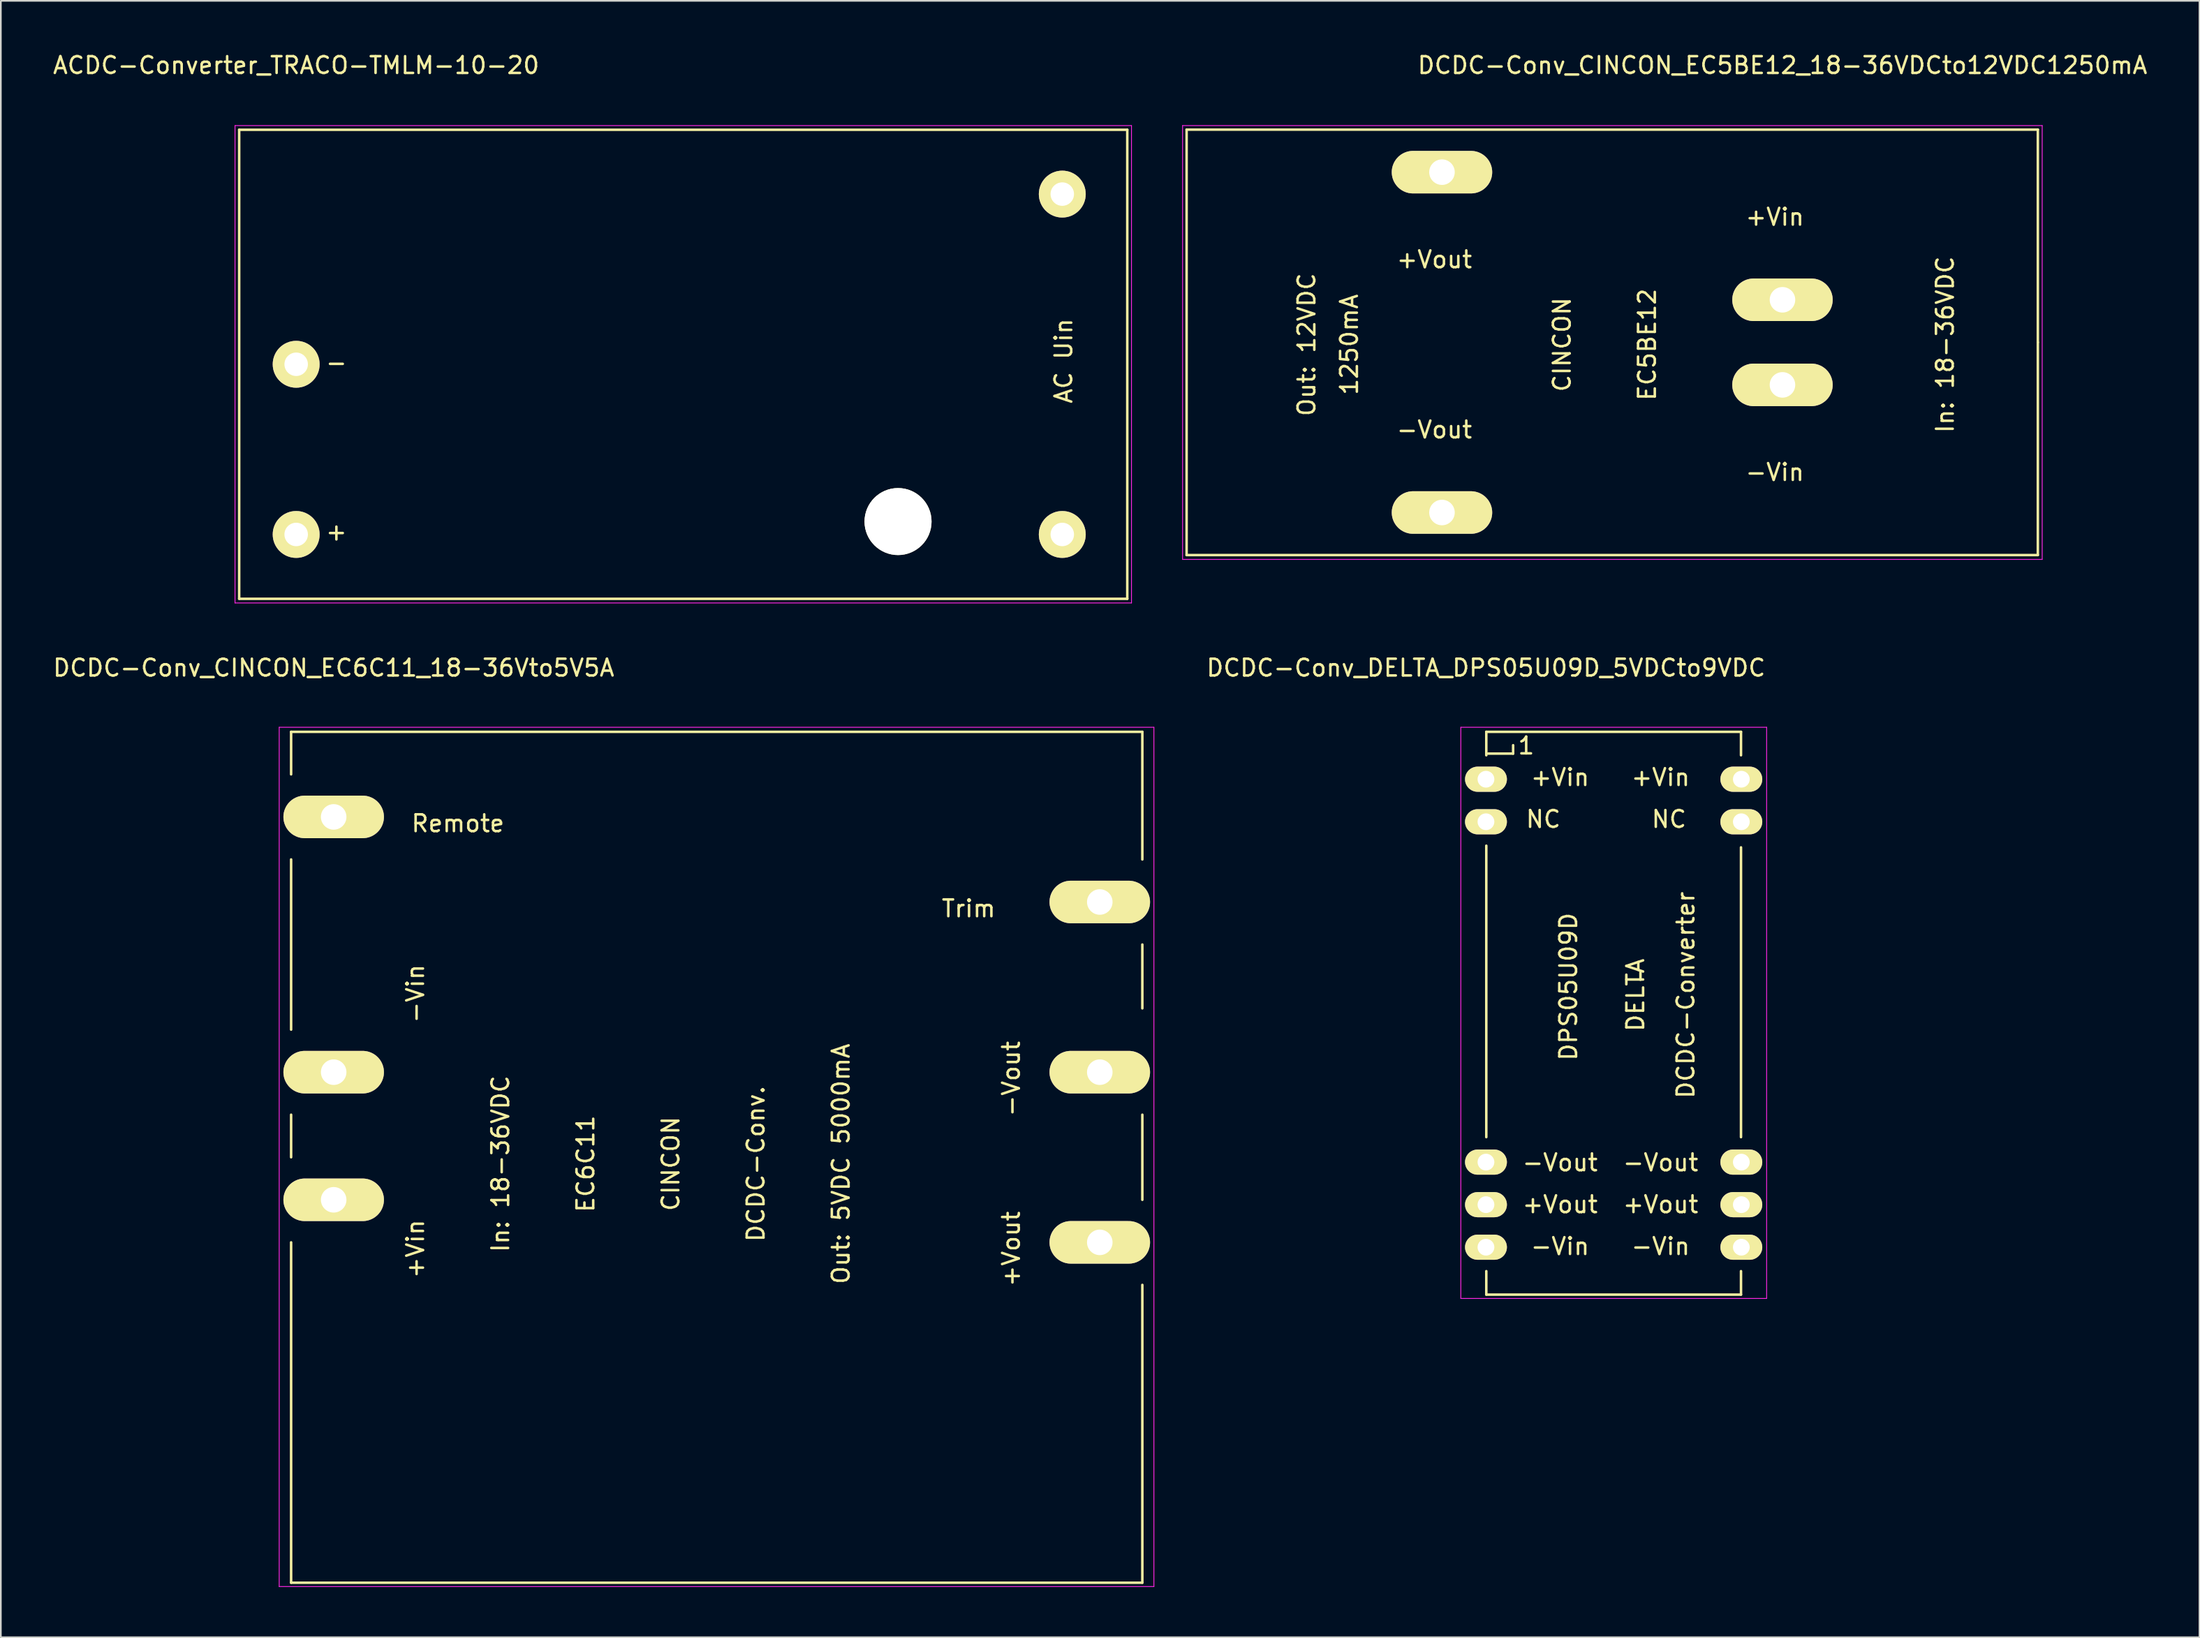
<source format=kicad_pcb>
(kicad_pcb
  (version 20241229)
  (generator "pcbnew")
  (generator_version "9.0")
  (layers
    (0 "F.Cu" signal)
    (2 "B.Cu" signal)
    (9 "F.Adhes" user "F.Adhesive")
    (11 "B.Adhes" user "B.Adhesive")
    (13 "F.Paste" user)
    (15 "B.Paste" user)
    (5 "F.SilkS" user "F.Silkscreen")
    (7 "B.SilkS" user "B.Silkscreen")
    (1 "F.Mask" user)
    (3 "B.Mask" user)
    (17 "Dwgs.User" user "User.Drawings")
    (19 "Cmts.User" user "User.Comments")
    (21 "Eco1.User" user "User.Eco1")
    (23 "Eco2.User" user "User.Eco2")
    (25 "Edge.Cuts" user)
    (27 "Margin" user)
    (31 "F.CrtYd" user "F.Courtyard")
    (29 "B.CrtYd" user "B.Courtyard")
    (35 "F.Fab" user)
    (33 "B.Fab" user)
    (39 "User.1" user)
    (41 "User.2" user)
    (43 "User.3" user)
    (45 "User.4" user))
  (footprint "ACDC-Converter_TRACO-TMLM-10-20"
    (layer "F.Cu")
    (at 14.625 18.698)
    (property "Reference" "ACDC-Converter_TRACO-TMLM-10-20" (at 0 -17.85 0) (layer "F.SilkS") (effects (font (size 1 1) (thickness 0.15))))
    (attr through_hole)
    (fp_line (start -3.401 -14.001) (end 49.599 -14.001) (stroke (width 0.15) (type solid)) (layer "F.SilkS"))
    (fp_line (start -3.401 14.001) (end -3.401 -14.001) (stroke (width 0.15) (type solid)) (layer "F.SilkS"))
    (fp_line (start 49.599 -14.001) (end 49.599 14.001) (stroke (width 0.15) (type solid)) (layer "F.SilkS"))
    (fp_line (start 49.599 14.001) (end -3.401 14.001) (stroke (width 0.15) (type solid)) (layer "F.SilkS"))
    (fp_line (start -3.65 -14.25) (end -3.65 14.25) (stroke (width 0.05) (type solid)) (layer "F.CrtYd"))
    (fp_line (start -3.65 -14.25) (end 49.85 -14.25) (stroke (width 0.05) (type solid)) (layer "F.CrtYd"))
    (fp_line (start -3.65 14.25) (end 49.85 14.25) (stroke (width 0.05) (type solid)) (layer "F.CrtYd"))
    (fp_line (start 49.85 -14.25) (end 49.85 14.25) (stroke (width 0.05) (type solid)) (layer "F.CrtYd"))
    (fp_text user "-" (at 2.4 -0.1 0) (layer "F.SilkS") (effects (font (size 1 1) (thickness 0.15))))
    (fp_text user "+" (at 2.4 10 0) (layer "F.SilkS") (effects (font (size 1 1) (thickness 0.15))))
    (fp_text user "AC Uin" (at 45.8 -0.2 90) (layer "F.SilkS") (effects (font (size 1 1) (thickness 0.15))))
    (pad "" np_thru_hole circle (at 35.918 9.39) (size 4 4) (drill 4) (layers "*.Cu" "*.Mask" "F.SilkS"))
    (pad "1" thru_hole circle (at 0 0) (size 2.799 2.799) (drill 1.4) (layers "*.Cu" "*.Mask" "F.SilkS"))
    (pad "2" thru_hole circle (at 0 10.16) (size 2.799 2.799) (drill 1.4) (layers "*.Cu" "*.Mask" "F.SilkS"))
    (pad "3" thru_hole circle (at 45.72 10.16) (size 2.799 2.799) (drill 1.4) (layers "*.Cu" "*.Mask" "F.SilkS"))
    (pad "4" thru_hole circle (at 45.72 -10.16) (size 2.799 2.799) (drill 1.4) (layers "*.Cu" "*.Mask" "F.SilkS")))
  (footprint "DCDC-Conv_CINCON_EC6C11_18-36Vto5V5A"
    (layer "F.Cu")
    (at 16.863 45.721)
    (property "Reference" "DCDC-Conv_CINCON_EC6C11_18-36Vto5V5A" (at 0 -8.9 0) (layer "F.SilkS") (effects (font (size 1 1) (thickness 0.15))))
    (attr through_hole)
    (fp_line (start -2.54 -5.08) (end 48.26 -5.08) (stroke (width 0.15) (type solid)) (layer "F.SilkS"))
    (fp_line (start -2.54 -2.54) (end -2.54 -5.08) (stroke (width 0.15) (type solid)) (layer "F.SilkS"))
    (fp_line (start -2.54 12.7) (end -2.54 2.54) (stroke (width 0.15) (type solid)) (layer "F.SilkS"))
    (fp_line (start -2.54 20.32) (end -2.54 17.78) (stroke (width 0.15) (type solid)) (layer "F.SilkS"))
    (fp_line (start -2.54 45.72) (end -2.54 25.4) (stroke (width 0.15) (type solid)) (layer "F.SilkS"))
    (fp_line (start 48.26 2.54) (end 48.26 -5.08) (stroke (width 0.15) (type solid)) (layer "F.SilkS"))
    (fp_line (start 48.26 11.43) (end 48.26 7.62) (stroke (width 0.15) (type solid)) (layer "F.SilkS"))
    (fp_line (start 48.26 22.86) (end 48.26 17.78) (stroke (width 0.15) (type solid)) (layer "F.SilkS"))
    (fp_line (start 48.26 45.72) (end -2.54 45.72) (stroke (width 0.15) (type solid)) (layer "F.SilkS"))
    (fp_line (start 48.26 45.72) (end 48.26 27.94) (stroke (width 0.15) (type solid)) (layer "F.SilkS"))
    (fp_line (start -3.25 -5.35) (end -3.25 45.95) (stroke (width 0.05) (type solid)) (layer "F.CrtYd"))
    (fp_line (start -3.25 -5.35) (end 48.95 -5.35) (stroke (width 0.05) (type solid)) (layer "F.CrtYd"))
    (fp_line (start -3.25 45.95) (end 48.95 45.95) (stroke (width 0.05) (type solid)) (layer "F.CrtYd"))
    (fp_line (start 48.95 -5.35) (end 48.95 45.95) (stroke (width 0.05) (type solid)) (layer "F.CrtYd"))
    (fp_text user "Out: 5VDC 5000mA" (at 30.274 20.711 270) (layer "F.SilkS") (effects (font (size 1 1) (thickness 0.15))))
    (fp_text user "+Vout" (at 40.434 25.791 270) (layer "F.SilkS") (effects (font (size 1 1) (thickness 0.15))))
    (fp_text user "Trim" (at 37.894 5.471 0) (layer "F.SilkS") (effects (font (size 1 1) (thickness 0.15))))
    (fp_text user "EC6C11" (at 15.034 20.711 270) (layer "F.SilkS") (effects (font (size 1 1) (thickness 0.15))))
    (fp_text user "-Vin" (at 4.874 10.551 270) (layer "F.SilkS") (effects (font (size 1 1) (thickness 0.15))))
    (fp_text user "CINCON" (at 20.114 20.711 270) (layer "F.SilkS") (effects (font (size 1 1) (thickness 0.15))))
    (fp_text user "-Vout" (at 40.434 15.631 270) (layer "F.SilkS") (effects (font (size 1 1) (thickness 0.15))))
    (fp_text user "In: 18-36VDC" (at 9.954 20.711 270) (layer "F.SilkS") (effects (font (size 1 1) (thickness 0.15))))
    (fp_text user "+Vin" (at 4.874 25.791 270) (layer "F.SilkS") (effects (font (size 1 1) (thickness 0.15))))
    (fp_text user "DCDC-Conv." (at 25.194 20.711 270) (layer "F.SilkS") (effects (font (size 1 1) (thickness 0.15))))
    (fp_text user "Remote" (at 7.414 0.391 0) (layer "F.SilkS") (effects (font (size 1 1) (thickness 0.15))))
    (pad "1" thru_hole oval (at 0 0) (size 5.999 2.54) (drill 1.524) (layers "*.Cu" "*.Mask" "F.SilkS"))
    (pad "3" thru_hole oval (at 0 15.24) (size 5.999 2.54) (drill 1.524) (layers "*.Cu" "*.Mask" "F.SilkS"))
    (pad "4" thru_hole oval (at 0 22.86) (size 5.999 2.54) (drill 1.524) (layers "*.Cu" "*.Mask" "F.SilkS"))
    (pad "5" thru_hole oval (at 45.72 5.08) (size 5.999 2.54) (drill 1.524) (layers "*.Cu" "*.Mask" "F.SilkS"))
    (pad "6" thru_hole oval (at 45.72 15.24) (size 5.999 2.54) (drill 1.524) (layers "*.Cu" "*.Mask" "F.SilkS"))
    (pad "7" thru_hole oval (at 45.72 25.4) (size 5.999 2.54) (drill 1.524) (layers "*.Cu" "*.Mask" "F.SilkS")))
  (footprint "DCDC-Conv_DELTA_DPS05U09D_5VDCto9VDC"
    (layer "F.Cu")
    (at 85.63 43.471)
    (property "Reference" "DCDC-Conv_DELTA_DPS05U09D_5VDCto9VDC" (at 0 -6.65 0) (layer "F.SilkS") (effects (font (size 1 1) (thickness 0.15))))
    (attr through_hole)
    (fp_line (start 0.02 -1.43) (end 0.02 -2.83) (stroke (width 0.15) (type solid)) (layer "F.SilkS"))
    (fp_line (start 0.02 21.369) (end 0.02 3.97) (stroke (width 0.15) (type solid)) (layer "F.SilkS"))
    (fp_line (start 0.02 30.77) (end 0.02 29.37) (stroke (width 0.15) (type solid)) (layer "F.SilkS"))
    (fp_line (start 0.02 30.77) (end 15.22 30.77) (stroke (width 0.15) (type solid)) (layer "F.SilkS"))
    (fp_line (start 1.621 -2.03) (end 1.621 -1.529) (stroke (width 0.15) (type solid)) (layer "F.SilkS"))
    (fp_line (start 1.621 -1.529) (end 0.119 -1.529) (stroke (width 0.15) (type solid)) (layer "F.SilkS"))
    (fp_line (start 9.221 11.47) (end 9.221 11.97) (stroke (width 0.15) (type solid)) (layer "F.SilkS"))
    (fp_line (start 15.22 -2.83) (end 0.02 -2.83) (stroke (width 0.15) (type solid)) (layer "F.SilkS"))
    (fp_line (start 15.22 -2.83) (end 15.22 -1.43) (stroke (width 0.15) (type solid)) (layer "F.SilkS"))
    (fp_line (start 15.22 4.069) (end 15.22 21.369) (stroke (width 0.15) (type solid)) (layer "F.SilkS"))
    (fp_line (start 15.22 29.37) (end 15.22 30.77) (stroke (width 0.15) (type solid)) (layer "F.SilkS"))
    (fp_line (start -1.5 -3.1) (end -1.5 31) (stroke (width 0.05) (type solid)) (layer "F.CrtYd"))
    (fp_line (start -1.5 -3.1) (end 16.75 -3.1) (stroke (width 0.05) (type solid)) (layer "F.CrtYd"))
    (fp_line (start -1.5 31) (end 16.75 31) (stroke (width 0.05) (type solid)) (layer "F.CrtYd"))
    (fp_line (start 16.75 -3.1) (end 16.75 31) (stroke (width 0.05) (type solid)) (layer "F.CrtYd"))
    (fp_text user "-Vin" (at 4.421 27.886 0) (layer "F.SilkS") (effects (font (size 1 1) (thickness 0.15))))
    (fp_text user "+Vin" (at 10.421 -0.115 0) (layer "F.SilkS") (effects (font (size 1 1) (thickness 0.15))))
    (fp_text user "+Vout" (at 4.421 25.387 0) (layer "F.SilkS") (effects (font (size 1 1) (thickness 0.15))))
    (fp_text user "NC" (at 10.921 2.385 0) (layer "F.SilkS") (effects (font (size 1 1) (thickness 0.15))))
    (fp_text user "+Vin" (at 4.421 -0.115 0) (layer "F.SilkS") (effects (font (size 1 1) (thickness 0.15))))
    (fp_text user "-Vout" (at 10.421 22.885 0) (layer "F.SilkS") (effects (font (size 1 1) (thickness 0.15))))
    (fp_text user "NC" (at 3.42 2.385 0) (layer "F.SilkS") (effects (font (size 1 1) (thickness 0.15))))
    (fp_text user "+Vout" (at 10.421 25.387 0) (layer "F.SilkS") (effects (font (size 1 1) (thickness 0.15))))
    (fp_text user "DELTA" (at 8.922 12.885 270) (layer "F.SilkS") (effects (font (size 1 1) (thickness 0.15))))
    (fp_text user "1" (at 2.4 -2 0) (layer "F.SilkS") (effects (font (size 1 1) (thickness 0.15))))
    (fp_text user "DPS05U09D" (at 4.921 12.385 270) (layer "F.SilkS") (effects (font (size 1 1) (thickness 0.15))))
    (fp_text user "-Vout" (at 4.421 22.885 0) (layer "F.SilkS") (effects (font (size 1 1) (thickness 0.15))))
    (fp_text user "DCDC-Converter" (at 11.922 12.885 270) (layer "F.SilkS") (effects (font (size 1 1) (thickness 0.15))))
    (fp_text user "-Vin" (at 10.421 27.886 0) (layer "F.SilkS") (effects (font (size 1 1) (thickness 0.15))))
    (pad "1" thru_hole oval (at 0 0) (size 2.499 1.501) (drill 1.001) (layers "*.Cu" "*.Mask" "F.SilkS"))
    (pad "2" thru_hole oval (at 0 2.54) (size 2.499 1.501) (drill 1.001) (layers "*.Cu" "*.Mask" "F.SilkS"))
    (pad "10" thru_hole oval (at 0 22.86) (size 2.499 1.501) (drill 1.001) (layers "*.Cu" "*.Mask" "F.SilkS"))
    (pad "11" thru_hole oval (at 0 25.4) (size 2.499 1.501) (drill 1.001) (layers "*.Cu" "*.Mask" "F.SilkS"))
    (pad "12" thru_hole oval (at 0 27.94) (size 2.499 1.501) (drill 1.001) (layers "*.Cu" "*.Mask" "F.SilkS"))
    (pad "13" thru_hole oval (at 15.24 27.94) (size 2.499 1.501) (drill 1.001) (layers "*.Cu" "*.Mask" "F.SilkS"))
    (pad "14" thru_hole oval (at 15.24 25.4) (size 2.499 1.501) (drill 1.001) (layers "*.Cu" "*.Mask" "F.SilkS"))
    (pad "15" thru_hole oval (at 15.24 22.86) (size 2.499 1.501) (drill 1.001) (layers "*.Cu" "*.Mask" "F.SilkS"))
    (pad "23" thru_hole oval (at 15.24 2.54) (size 2.499 1.501) (drill 1.001) (layers "*.Cu" "*.Mask" "F.SilkS"))
    (pad "24" thru_hole oval (at 15.24 0) (size 2.499 1.501) (drill 1.001) (layers "*.Cu" "*.Mask" "F.SilkS")))
  (footprint "DCDC-Conv_CINCON_EC5BE12_18-36VDCto12VDC1250mA"
    (layer "F.Cu")
    (at 103.325 14.848)
    (property "Reference" "DCDC-Conv_CINCON_EC5BE12_18-36VDCto12VDC1250mA" (at 0 -14 0) (layer "F.SilkS") (effects (font (size 1 1) (thickness 0.15))))
    (attr through_hole)
    (fp_line (start -35.56 -10.16) (end -35.56 15.24) (stroke (width 0.15) (type solid)) (layer "F.SilkS"))
    (fp_line (start -35.56 15.24) (end 15.24 15.24) (stroke (width 0.15) (type solid)) (layer "F.SilkS"))
    (fp_line (start 15.24 -10.16) (end -35.56 -10.16) (stroke (width 0.15) (type solid)) (layer "F.SilkS"))
    (fp_line (start 15.24 2.54) (end 15.24 -10.16) (stroke (width 0.15) (type solid)) (layer "F.SilkS"))
    (fp_line (start 15.24 15.24) (end 15.24 2.54) (stroke (width 0.15) (type solid)) (layer "F.SilkS"))
    (fp_line (start -35.8 -10.4) (end -35.8 15.5) (stroke (width 0.05) (type solid)) (layer "F.CrtYd"))
    (fp_line (start -35.8 -10.4) (end 15.5 -10.4) (stroke (width 0.05) (type solid)) (layer "F.CrtYd"))
    (fp_line (start -35.8 15.5) (end 15.5 15.5) (stroke (width 0.05) (type solid)) (layer "F.CrtYd"))
    (fp_line (start 15.5 -10.4) (end 15.5 15.5) (stroke (width 0.05) (type solid)) (layer "F.CrtYd"))
    (fp_text user "-Vin" (at -0.455 10.295 180) (layer "F.SilkS") (effects (font (size 1 1) (thickness 0.15))))
    (fp_text user "EC5BE12" (at -8.075 2.675 90) (layer "F.SilkS") (effects (font (size 1 1) (thickness 0.15))))
    (fp_text user "-Vout" (at -20.775 7.755 180) (layer "F.SilkS") (effects (font (size 1 1) (thickness 0.15))))
    (fp_text user "+Vout" (at -20.775 -2.405 180) (layer "F.SilkS") (effects (font (size 1 1) (thickness 0.15))))
    (fp_text user "CINCON" (at -13.155 2.675 90) (layer "F.SilkS") (effects (font (size 1 1) (thickness 0.15))))
    (fp_text user "In: 18-36VDC" (at 9.705 2.675 90) (layer "F.SilkS") (effects (font (size 1 1) (thickness 0.15))))
    (fp_text user "+Vin" (at -0.455 -4.945 180) (layer "F.SilkS") (effects (font (size 1 1) (thickness 0.15))))
    (fp_text user "Out: 12VDC" (at -28.395 2.675 90) (layer "F.SilkS") (effects (font (size 1 1) (thickness 0.15))))
    (fp_text user "1250mA" (at -25.855 2.675 90) (layer "F.SilkS") (effects (font (size 1 1) (thickness 0.15))))
    (pad "1" thru_hole oval (at 0 0) (size 5.994 2.54) (drill 1.524) (layers "*.Cu" "*.Mask" "F.SilkS"))
    (pad "2" thru_hole oval (at 0 5.08) (size 5.994 2.54) (drill 1.524) (layers "*.Cu" "*.Mask" "F.SilkS"))
    (pad "3" thru_hole oval (at -20.32 -7.62) (size 5.994 2.54) (drill 1.524) (layers "*.Cu" "*.Mask" "F.SilkS"))
    (pad "5" thru_hole oval (at -20.32 12.7) (size 5.994 2.54) (drill 1.524) (layers "*.Cu" "*.Mask" "F.SilkS")))
  (gr_rect
    (start -3 -3)
    (end 128.212 94.697)
    (stroke (width 0.1) (type default))
    (fill no)
    (layer "Edge.Cuts")))
</source>
